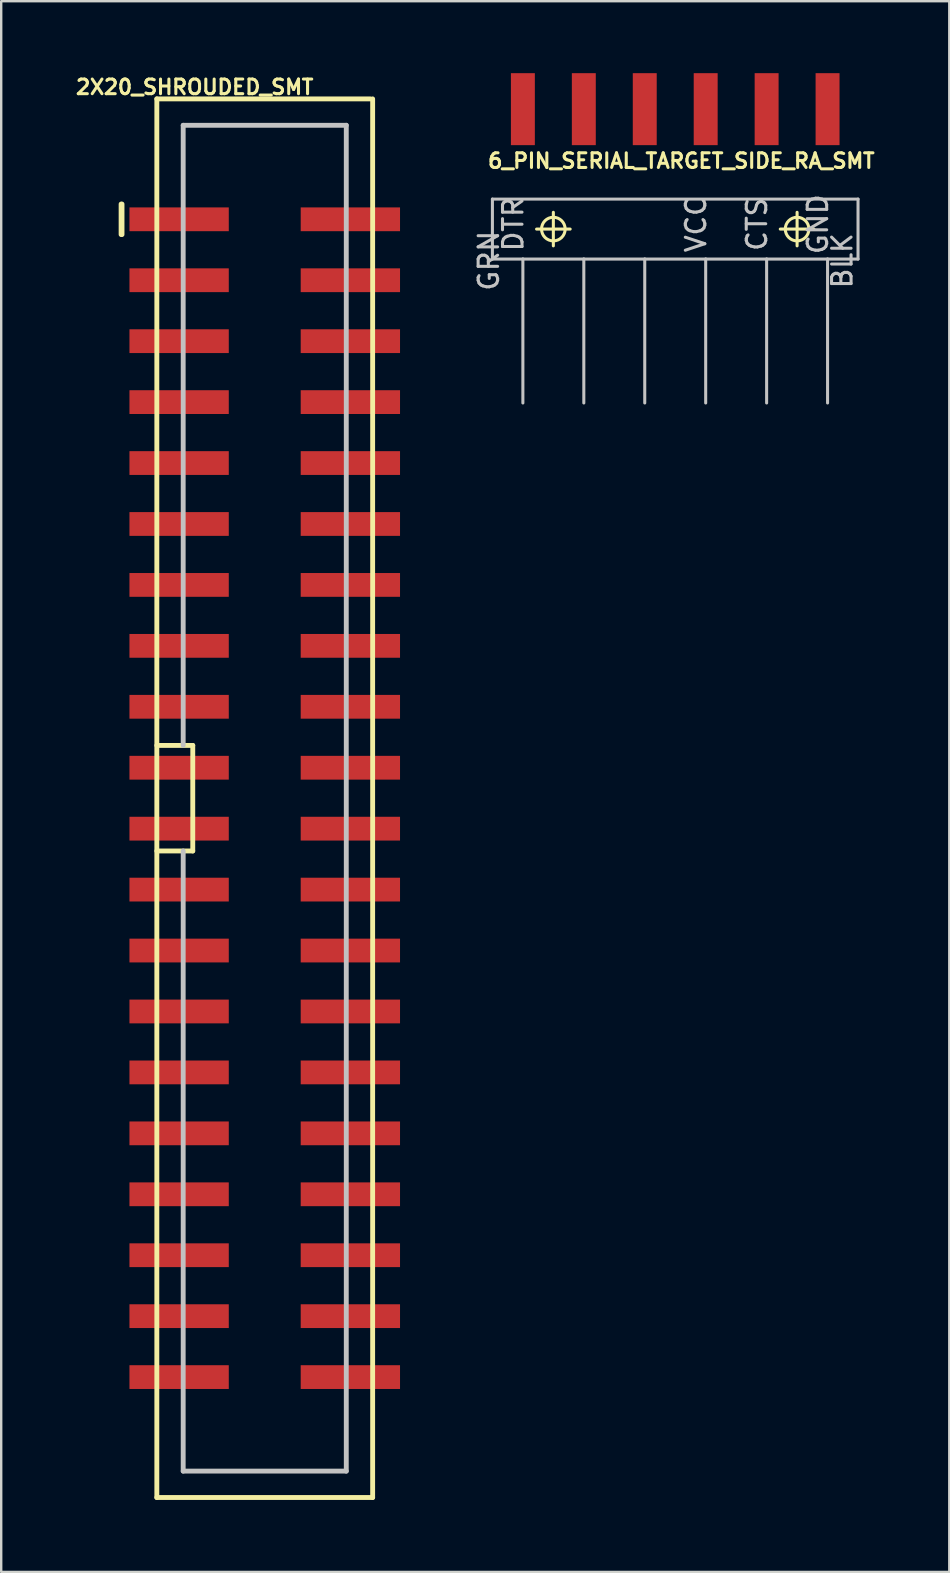
<source format=kicad_pcb>
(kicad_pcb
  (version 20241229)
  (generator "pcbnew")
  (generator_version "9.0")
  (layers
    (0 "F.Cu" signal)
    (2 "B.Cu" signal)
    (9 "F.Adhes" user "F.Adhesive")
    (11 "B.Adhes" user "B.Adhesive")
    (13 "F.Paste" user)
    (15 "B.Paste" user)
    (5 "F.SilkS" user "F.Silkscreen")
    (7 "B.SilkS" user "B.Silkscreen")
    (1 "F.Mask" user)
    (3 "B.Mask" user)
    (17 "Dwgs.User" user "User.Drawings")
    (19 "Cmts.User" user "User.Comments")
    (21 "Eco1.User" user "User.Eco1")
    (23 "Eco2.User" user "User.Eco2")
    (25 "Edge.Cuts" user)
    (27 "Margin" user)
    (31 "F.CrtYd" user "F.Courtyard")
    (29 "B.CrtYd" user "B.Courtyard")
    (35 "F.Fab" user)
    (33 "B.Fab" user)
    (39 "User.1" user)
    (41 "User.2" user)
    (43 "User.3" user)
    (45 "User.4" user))
  (footprint "2X20_SHROUDED_SMT"
    (layer "F.Cu")
    (at 7.985 30.221)
    (property "Reference" "2X20_SHROUDED_SMT" (at -2.921 -29.642 0) (layer "F.SilkS") (effects (font (size 0.61 0.61) (thickness 0.127))))
    (attr smd)
    (fp_line (start -5.987 -24.765) (end -5.987 -23.495) (stroke (width 0.203) (type solid)) (layer "F.SilkS"))
    (fp_line (start -5.949 -24.765) (end -5.949 -23.495) (stroke (width 0.203) (type solid)) (layer "F.SilkS"))
    (fp_line (start -4.498 -29.149) (end 4.399 -29.149) (stroke (width 0.203) (type solid)) (layer "F.SilkS"))
    (fp_line (start -4.498 -2.2) (end -3 -2.2) (stroke (width 0.203) (type solid)) (layer "F.SilkS"))
    (fp_line (start -4.498 29.149) (end -4.498 -29.149) (stroke (width 0.203) (type solid)) (layer "F.SilkS"))
    (fp_line (start -3 -2.2) (end -3 2.2) (stroke (width 0.203) (type solid)) (layer "F.SilkS"))
    (fp_line (start -3 2.2) (end -4.498 2.2) (stroke (width 0.203) (type solid)) (layer "F.SilkS"))
    (fp_line (start 4.498 -29.149) (end 4.498 29.149) (stroke (width 0.203) (type solid)) (layer "F.SilkS"))
    (fp_line (start 4.498 29.149) (end -4.498 29.149) (stroke (width 0.203) (type solid)) (layer "F.SilkS"))
    (fp_line (start -3.399 -28.049) (end -3.399 -2.2) (stroke (width 0.203) (type solid)) (layer "Dwgs.User"))
    (fp_line (start -3.399 -28.049) (end 3.399 -28.049) (stroke (width 0.203) (type solid)) (layer "Dwgs.User"))
    (fp_line (start -3.399 28.049) (end -3.399 2.2) (stroke (width 0.203) (type solid)) (layer "Dwgs.User"))
    (fp_line (start -3.399 28.049) (end 3.399 28.049) (stroke (width 0.203) (type solid)) (layer "Dwgs.User"))
    (fp_line (start 3.399 -28.049) (end 3.399 28.049) (stroke (width 0.203) (type solid)) (layer "Dwgs.User"))
    (pad "1" smd rect (at -3.569 -24.13) (size 4.14 0.991) (layers "F.Cu" "F.Mask" "F.Paste"))
    (pad "2" smd rect (at 3.569 -24.13) (size 4.14 0.991) (layers "F.Cu" "F.Mask" "F.Paste"))
    (pad "3" smd rect (at -3.569 -21.59) (size 4.14 0.991) (layers "F.Cu" "F.Mask" "F.Paste"))
    (pad "4" smd rect (at 3.569 -21.59) (size 4.14 0.991) (layers "F.Cu" "F.Mask" "F.Paste"))
    (pad "5" smd rect (at -3.569 -19.05) (size 4.14 0.991) (layers "F.Cu" "F.Mask" "F.Paste"))
    (pad "6" smd rect (at 3.569 -19.05) (size 4.14 0.991) (layers "F.Cu" "F.Mask" "F.Paste"))
    (pad "7" smd rect (at -3.569 -16.51) (size 4.14 0.991) (layers "F.Cu" "F.Mask" "F.Paste"))
    (pad "8" smd rect (at 3.569 -16.51) (size 4.14 0.991) (layers "F.Cu" "F.Mask" "F.Paste"))
    (pad "9" smd rect (at -3.569 -13.97) (size 4.14 0.991) (layers "F.Cu" "F.Mask" "F.Paste"))
    (pad "10" smd rect (at 3.569 -13.97) (size 4.14 0.991) (layers "F.Cu" "F.Mask" "F.Paste"))
    (pad "11" smd rect (at -3.569 -11.43) (size 4.14 0.991) (layers "F.Cu" "F.Mask" "F.Paste"))
    (pad "12" smd rect (at 3.569 -11.43) (size 4.14 0.991) (layers "F.Cu" "F.Mask" "F.Paste"))
    (pad "13" smd rect (at -3.569 -8.89) (size 4.14 0.991) (layers "F.Cu" "F.Mask" "F.Paste"))
    (pad "14" smd rect (at 3.569 -8.89) (size 4.14 0.991) (layers "F.Cu" "F.Mask" "F.Paste"))
    (pad "15" smd rect (at -3.569 -6.35) (size 4.14 0.991) (layers "F.Cu" "F.Mask" "F.Paste"))
    (pad "16" smd rect (at 3.569 -6.35) (size 4.14 0.991) (layers "F.Cu" "F.Mask" "F.Paste"))
    (pad "17" smd rect (at -3.569 -3.81) (size 4.14 0.991) (layers "F.Cu" "F.Mask" "F.Paste"))
    (pad "18" smd rect (at 3.569 -3.81) (size 4.14 0.991) (layers "F.Cu" "F.Mask" "F.Paste"))
    (pad "19" smd rect (at -3.569 -1.27) (size 4.14 0.991) (layers "F.Cu" "F.Mask" "F.Paste"))
    (pad "20" smd rect (at 3.569 -1.27) (size 4.14 0.991) (layers "F.Cu" "F.Mask" "F.Paste"))
    (pad "21" smd rect (at -3.569 1.27) (size 4.14 0.991) (layers "F.Cu" "F.Mask" "F.Paste"))
    (pad "22" smd rect (at 3.569 1.27) (size 4.14 0.991) (layers "F.Cu" "F.Mask" "F.Paste"))
    (pad "23" smd rect (at -3.569 3.81) (size 4.14 0.991) (layers "F.Cu" "F.Mask" "F.Paste"))
    (pad "24" smd rect (at 3.569 3.81) (size 4.14 0.991) (layers "F.Cu" "F.Mask" "F.Paste"))
    (pad "25" smd rect (at -3.569 6.35) (size 4.14 0.991) (layers "F.Cu" "F.Mask" "F.Paste"))
    (pad "26" smd rect (at 3.569 6.35) (size 4.14 0.991) (layers "F.Cu" "F.Mask" "F.Paste"))
    (pad "27" smd rect (at -3.569 8.89) (size 4.14 0.991) (layers "F.Cu" "F.Mask" "F.Paste"))
    (pad "28" smd rect (at 3.569 8.89) (size 4.14 0.991) (layers "F.Cu" "F.Mask" "F.Paste"))
    (pad "29" smd rect (at -3.569 11.43) (size 4.14 0.991) (layers "F.Cu" "F.Mask" "F.Paste"))
    (pad "30" smd rect (at 3.569 11.43) (size 4.14 0.991) (layers "F.Cu" "F.Mask" "F.Paste"))
    (pad "31" smd rect (at -3.569 13.97) (size 4.14 0.991) (layers "F.Cu" "F.Mask" "F.Paste"))
    (pad "32" smd rect (at 3.569 13.97) (size 4.14 0.991) (layers "F.Cu" "F.Mask" "F.Paste"))
    (pad "33" smd rect (at -3.569 16.51) (size 4.14 0.991) (layers "F.Cu" "F.Mask" "F.Paste"))
    (pad "34" smd rect (at 3.569 16.51) (size 4.14 0.991) (layers "F.Cu" "F.Mask" "F.Paste"))
    (pad "35" smd rect (at -3.569 19.05) (size 4.14 0.991) (layers "F.Cu" "F.Mask" "F.Paste"))
    (pad "36" smd rect (at 3.569 19.05) (size 4.14 0.991) (layers "F.Cu" "F.Mask" "F.Paste"))
    (pad "37" smd rect (at -3.569 21.59) (size 4.14 0.991) (layers "F.Cu" "F.Mask" "F.Paste"))
    (pad "38" smd rect (at 3.569 21.59) (size 4.14 0.991) (layers "F.Cu" "F.Mask" "F.Paste"))
    (pad "39" smd rect (at -3.569 24.13) (size 4.14 0.991) (layers "F.Cu" "F.Mask" "F.Paste"))
    (pad "40" smd rect (at 3.569 24.13) (size 4.14 0.991) (layers "F.Cu" "F.Mask" "F.Paste")))
  (footprint "6_PIN_SERIAL_TARGET_SIDE_RA_SMT"
    (layer "F.Cu")
    (at 25.095 6.499)
    (property "Reference" "6_PIN_SERIAL_TARGET_SIDE_RA_SMT" (at 0.254 -2.845 0) (layer "F.SilkS") (effects (font (size 0.61 0.61) (thickness 0.127))))
    (attr smd)
    (fp_line (start -5.779 0) (end -4.379 0) (stroke (width 0.127) (type solid)) (layer "F.SilkS"))
    (fp_line (start -5.08 0.699) (end -5.08 -0.699) (stroke (width 0.127) (type solid)) (layer "F.SilkS"))
    (fp_line (start 4.379 0) (end 5.779 0) (stroke (width 0.127) (type solid)) (layer "F.SilkS"))
    (fp_line (start 5.08 0.699) (end 5.08 -0.699) (stroke (width 0.127) (type solid)) (layer "F.SilkS"))
    (fp_circle (center -5.08 0) (end -5.428 0.348) (stroke (width 0.127) (type solid)) (fill no) (layer "F.SilkS"))
    (fp_circle (center 5.08 0) (end 5.428 0.348) (stroke (width 0.127) (type solid)) (fill no) (layer "F.SilkS"))
    (fp_line (start -7.62 -1.25) (end -7.62 1.25) (stroke (width 0.127) (type solid)) (layer "Dwgs.User"))
    (fp_line (start -7.62 1.25) (end -6.35 1.25) (stroke (width 0.127) (type solid)) (layer "Dwgs.User"))
    (fp_line (start -6.35 1.25) (end -6.35 7.249) (stroke (width 0.127) (type solid)) (layer "Dwgs.User"))
    (fp_line (start -6.35 1.25) (end -3.81 1.25) (stroke (width 0.127) (type solid)) (layer "Dwgs.User"))
    (fp_line (start -3.81 1.25) (end -3.81 7.249) (stroke (width 0.127) (type solid)) (layer "Dwgs.User"))
    (fp_line (start -3.81 1.25) (end -1.27 1.25) (stroke (width 0.127) (type solid)) (layer "Dwgs.User"))
    (fp_line (start -1.27 1.25) (end -1.27 7.249) (stroke (width 0.127) (type solid)) (layer "Dwgs.User"))
    (fp_line (start -1.27 1.25) (end 1.27 1.25) (stroke (width 0.127) (type solid)) (layer "Dwgs.User"))
    (fp_line (start 1.27 1.25) (end 1.27 7.249) (stroke (width 0.127) (type solid)) (layer "Dwgs.User"))
    (fp_line (start 1.27 1.25) (end 3.81 1.25) (stroke (width 0.127) (type solid)) (layer "Dwgs.User"))
    (fp_line (start 3.81 1.25) (end 3.81 7.249) (stroke (width 0.127) (type solid)) (layer "Dwgs.User"))
    (fp_line (start 3.81 1.25) (end 6.35 1.25) (stroke (width 0.127) (type solid)) (layer "Dwgs.User"))
    (fp_line (start 6.35 1.25) (end 6.35 7.249) (stroke (width 0.127) (type solid)) (layer "Dwgs.User"))
    (fp_line (start 6.35 1.25) (end 7.62 1.25) (stroke (width 0.127) (type solid)) (layer "Dwgs.User"))
    (fp_line (start 7.62 -1.25) (end -7.62 -1.25) (stroke (width 0.127) (type solid)) (layer "Dwgs.User"))
    (fp_line (start 7.62 1.25) (end 7.62 -1.25) (stroke (width 0.127) (type solid)) (layer "Dwgs.User"))
    (fp_text user "DTR" (at -6.756 -0.203 90) (layer "Dwgs.User") (effects (font (size 0.813 0.813) (thickness 0.127))))
    (fp_text user "VCC" (at 0.864 -0.203 90) (layer "Dwgs.User") (effects (font (size 0.813 0.813) (thickness 0.127))))
    (fp_text user "GND" (at 5.944 -0.203 90) (layer "Dwgs.User") (effects (font (size 0.813 0.813) (thickness 0.127))))
    (fp_text user "GRN" (at -7.772 1.321 90) (layer "Dwgs.User") (effects (font (size 0.813 0.813) (thickness 0.127))))
    (fp_text user "CTS" (at 3.404 -0.203 90) (layer "Dwgs.User") (effects (font (size 0.813 0.813) (thickness 0.127))))
    (fp_text user "BLK" (at 6.96 1.321 90) (layer "Dwgs.User") (effects (font (size 0.813 0.813) (thickness 0.127))))
    (pad "1" smd rect (at -6.35 -4.999 90) (size 3 0.998) (layers "F.Cu" "F.Mask" "F.Paste"))
    (pad "2" smd rect (at -3.81 -4.999 90) (size 3 0.998) (layers "F.Cu" "F.Mask" "F.Paste"))
    (pad "3" smd rect (at -1.27 -4.999 90) (size 3 0.998) (layers "F.Cu" "F.Mask" "F.Paste"))
    (pad "4" smd rect (at 1.27 -4.999 90) (size 3 0.998) (layers "F.Cu" "F.Mask" "F.Paste"))
    (pad "5" smd rect (at 3.81 -4.999 90) (size 3 0.998) (layers "F.Cu" "F.Mask" "F.Paste"))
    (pad "6" smd rect (at 6.35 -4.999 90) (size 3 0.998) (layers "F.Cu" "F.Mask" "F.Paste")))
  (gr_rect
    (start -3 -3)
    (end 36.519 62.472)
    (stroke (width 0.1) (type default))
    (fill no)
    (layer "Edge.Cuts")))
</source>
